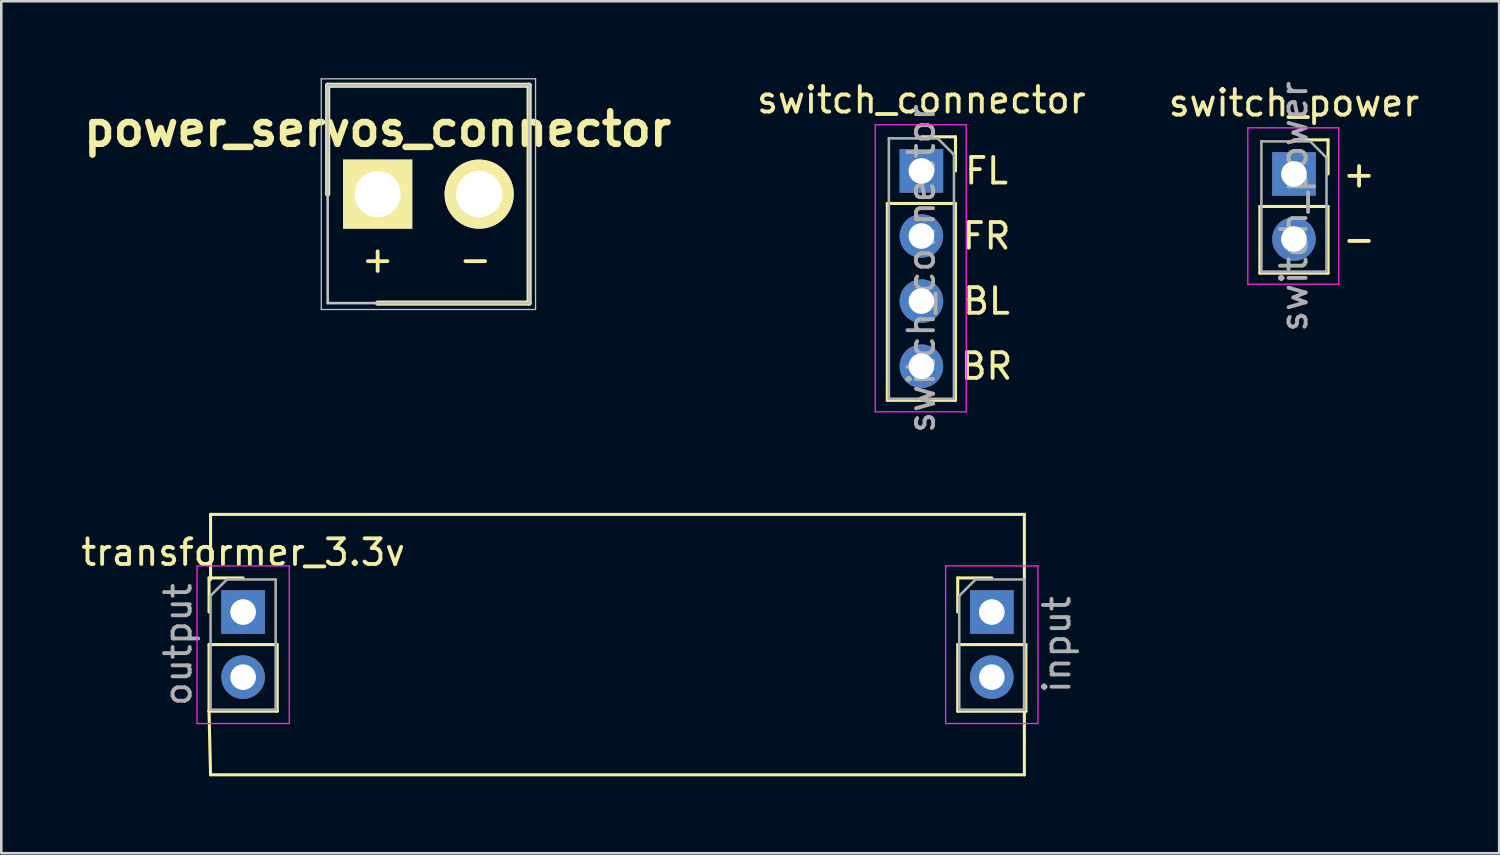
<source format=kicad_pcb>
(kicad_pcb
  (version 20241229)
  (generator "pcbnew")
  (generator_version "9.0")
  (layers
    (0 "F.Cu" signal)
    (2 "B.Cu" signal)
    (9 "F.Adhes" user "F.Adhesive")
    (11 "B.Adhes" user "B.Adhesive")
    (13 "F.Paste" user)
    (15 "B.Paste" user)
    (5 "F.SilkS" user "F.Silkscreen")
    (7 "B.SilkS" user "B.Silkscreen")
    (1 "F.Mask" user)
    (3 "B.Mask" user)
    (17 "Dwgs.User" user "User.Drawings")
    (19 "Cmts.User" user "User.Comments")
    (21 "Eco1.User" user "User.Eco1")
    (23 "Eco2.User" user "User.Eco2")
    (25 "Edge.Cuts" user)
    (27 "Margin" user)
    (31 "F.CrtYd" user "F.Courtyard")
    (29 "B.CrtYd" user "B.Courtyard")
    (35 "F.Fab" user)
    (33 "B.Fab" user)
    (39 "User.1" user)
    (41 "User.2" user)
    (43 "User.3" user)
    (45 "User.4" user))
  (footprint "switch_connector"
    (layer "F.Cu")
    (at 32.898 3.618)
    (property "Reference" "switch_connector" (at 0 -2.77 0) (layer "F.SilkS") (effects (font (size 1 1) (thickness 0.15))))
    (attr through_hole)
    (fp_line (start -1.33 1.27) (end -1.33 8.95) (stroke (width 0.12) (type solid)) (layer "F.SilkS"))
    (fp_line (start -1.33 1.27) (end 1.33 1.27) (stroke (width 0.12) (type solid)) (layer "F.SilkS"))
    (fp_line (start -1.33 8.95) (end 1.33 8.95) (stroke (width 0.12) (type solid)) (layer "F.SilkS"))
    (fp_line (start 0 -1.33) (end 1.33 -1.33) (stroke (width 0.12) (type solid)) (layer "F.SilkS"))
    (fp_line (start 1.33 -1.33) (end 1.33 0) (stroke (width 0.12) (type solid)) (layer "F.SilkS"))
    (fp_line (start 1.33 1.27) (end 1.33 8.95) (stroke (width 0.12) (type solid)) (layer "F.SilkS"))
    (fp_line (start -1.8 -1.8) (end 1.75 -1.8) (stroke (width 0.05) (type solid)) (layer "F.CrtYd"))
    (fp_line (start -1.8 9.4) (end -1.8 -1.8) (stroke (width 0.05) (type solid)) (layer "F.CrtYd"))
    (fp_line (start 1.75 -1.8) (end 1.75 9.4) (stroke (width 0.05) (type solid)) (layer "F.CrtYd"))
    (fp_line (start 1.75 9.4) (end -1.8 9.4) (stroke (width 0.05) (type solid)) (layer "F.CrtYd"))
    (fp_line (start -1.27 -1.27) (end 0.635 -1.27) (stroke (width 0.1) (type solid)) (layer "F.Fab"))
    (fp_line (start -1.27 8.89) (end -1.27 -1.27) (stroke (width 0.1) (type solid)) (layer "F.Fab"))
    (fp_line (start 0.635 -1.27) (end 1.27 -0.635) (stroke (width 0.1) (type solid)) (layer "F.Fab"))
    (fp_line (start 1.27 -0.635) (end 1.27 8.89) (stroke (width 0.1) (type solid)) (layer "F.Fab"))
    (fp_line (start 1.27 8.89) (end -1.27 8.89) (stroke (width 0.1) (type solid)) (layer "F.Fab"))
    (fp_text user "FR" (at 2.54 2.54 0) (layer "F.SilkS") (effects (font (size 1 1) (thickness 0.15))))
    (fp_text user "BR" (at 2.54 7.62 0) (layer "F.SilkS") (effects (font (size 1 1) (thickness 0.15))))
    (fp_text user "FL" (at 2.54 0 0) (layer "F.SilkS") (effects (font (size 1 1) (thickness 0.15))))
    (fp_text user "BL" (at 2.54 5.08 0) (layer "F.SilkS") (effects (font (size 1 1) (thickness 0.15))))
    (fp_text user "${REFERENCE}" (at 0 3.81 90) (layer "F.Fab") (effects (font (size 1 1) (thickness 0.15))))
    (pad "1" thru_hole rect (at 0 0) (size 1.7 1.7) (drill 1) (layers "*.Cu" "*.Mask"))
    (pad "2" thru_hole oval (at 0 2.54) (size 1.7 1.7) (drill 1) (layers "*.Cu" "*.Mask"))
    (pad "3" thru_hole oval (at 0 5.08) (size 1.7 1.7) (drill 1) (layers "*.Cu" "*.Mask"))
    (pad "4" thru_hole oval (at 0 7.62) (size 1.7 1.7) (drill 1) (layers "*.Cu" "*.Mask")))
  (footprint "power_servos_connector"
    (layer "F.Cu")
    (at 11.684 4.525)
    (property "Reference" "power_servos_connector" (at 0 -2.54 0) (layer "F.SilkS") (effects (font (size 1.27 1.27) (thickness 0.254))))
    (attr through_hole)
    (fp_line (start -1.95 -4.25) (end -1.95 0) (stroke (width 0.2) (type solid)) (layer "F.SilkS"))
    (fp_line (start 0 4.25) (end 5.91 4.25) (stroke (width 0.2) (type solid)) (layer "F.SilkS"))
    (fp_line (start 5.91 -4.25) (end -1.95 -4.25) (stroke (width 0.2) (type solid)) (layer "F.SilkS"))
    (fp_line (start 5.91 4.25) (end 5.91 -4.25) (stroke (width 0.2) (type solid)) (layer "F.SilkS"))
    (fp_line (start -2.2 -4.5) (end 6.16 -4.5) (stroke (width 0.05) (type solid)) (layer "Dwgs.User"))
    (fp_line (start -2.2 4.5) (end -2.2 -4.5) (stroke (width 0.05) (type solid)) (layer "Dwgs.User"))
    (fp_line (start -1.95 -4.25) (end 5.91 -4.25) (stroke (width 0.1) (type solid)) (layer "Dwgs.User"))
    (fp_line (start -1.95 4.25) (end -1.95 -4.25) (stroke (width 0.1) (type solid)) (layer "Dwgs.User"))
    (fp_line (start 5.91 -4.25) (end 5.91 4.25) (stroke (width 0.1) (type solid)) (layer "Dwgs.User"))
    (fp_line (start 5.91 4.25) (end -1.95 4.25) (stroke (width 0.1) (type solid)) (layer "Dwgs.User"))
    (fp_line (start 6.16 -4.5) (end 6.16 4.5) (stroke (width 0.05) (type solid)) (layer "Dwgs.User"))
    (fp_line (start 6.16 4.5) (end -2.2 4.5) (stroke (width 0.05) (type solid)) (layer "Dwgs.User"))
    (fp_text user "-" (at 3.81 2.54 0) (layer "F.SilkS") (effects (font (size 1 1) (thickness 0.15))))
    (fp_text user "+" (at 0 2.54 0) (layer "F.SilkS") (effects (font (size 1 1) (thickness 0.15))))
    (pad "1" thru_hole rect (at 0 0 90) (size 2.7 2.7) (drill 1.8) (layers "*.Cu" "*.Mask" "F.SilkS"))
    (pad "2" thru_hole circle (at 3.96 0 90) (size 2.7 2.7) (drill 1.8) (layers "*.Cu" "*.Mask" "F.SilkS")))
  (footprint "transformer_3.3v"
    (layer "F.Cu")
    (at 6.435 20.828)
    (property "Reference" "transformer_3.3v" (at 0 -2.33 0) (layer "F.SilkS") (effects (font (size 1 1) (thickness 0.15))))
    (attr through_hole)
    (fp_line (start -1.33 -1.33) (end 0 -1.33) (stroke (width 0.12) (type solid)) (layer "F.SilkS"))
    (fp_line (start -1.33 0) (end -1.33 -1.33) (stroke (width 0.12) (type solid)) (layer "F.SilkS"))
    (fp_line (start -1.33 1.27) (end -1.33 3.87) (stroke (width 0.12) (type solid)) (layer "F.SilkS"))
    (fp_line (start -1.33 1.27) (end 1.33 1.27) (stroke (width 0.12) (type solid)) (layer "F.SilkS"))
    (fp_line (start -1.33 3.87) (end -1.27 6.35) (stroke (width 0.12) (type solid)) (layer "F.SilkS"))
    (fp_line (start -1.33 3.87) (end 1.33 3.87) (stroke (width 0.12) (type solid)) (layer "F.SilkS"))
    (fp_line (start -1.27 -3.81) (end 30.48 -3.81) (stroke (width 0.12) (type solid)) (layer "F.SilkS"))
    (fp_line (start -1.27 -1.27) (end -1.27 -3.81) (stroke (width 0.12) (type solid)) (layer "F.SilkS"))
    (fp_line (start -1.27 6.35) (end 30.48 6.35) (stroke (width 0.12) (type solid)) (layer "F.SilkS"))
    (fp_line (start 1.33 1.27) (end 1.33 3.87) (stroke (width 0.12) (type solid)) (layer "F.SilkS"))
    (fp_line (start 27.88 -1.33) (end 29.21 -1.33) (stroke (width 0.12) (type solid)) (layer "F.SilkS"))
    (fp_line (start 27.88 0) (end 27.88 -1.33) (stroke (width 0.12) (type solid)) (layer "F.SilkS"))
    (fp_line (start 27.88 1.27) (end 27.88 3.87) (stroke (width 0.12) (type solid)) (layer "F.SilkS"))
    (fp_line (start 27.88 1.27) (end 30.54 1.27) (stroke (width 0.12) (type solid)) (layer "F.SilkS"))
    (fp_line (start 27.88 3.87) (end 30.54 3.87) (stroke (width 0.12) (type solid)) (layer "F.SilkS"))
    (fp_line (start 30.48 -3.81) (end 30.48 5.08) (stroke (width 0.12) (type solid)) (layer "F.SilkS"))
    (fp_line (start 30.48 6.35) (end 30.48 5.08) (stroke (width 0.12) (type solid)) (layer "F.SilkS"))
    (fp_line (start 30.54 1.27) (end 30.54 3.87) (stroke (width 0.12) (type solid)) (layer "F.SilkS"))
    (fp_line (start -1.8 -1.8) (end -1.8 4.35) (stroke (width 0.05) (type solid)) (layer "F.CrtYd"))
    (fp_line (start -1.8 4.35) (end 1.8 4.35) (stroke (width 0.05) (type solid)) (layer "F.CrtYd"))
    (fp_line (start 1.8 -1.8) (end -1.8 -1.8) (stroke (width 0.05) (type solid)) (layer "F.CrtYd"))
    (fp_line (start 1.8 4.35) (end 1.8 -1.8) (stroke (width 0.05) (type solid)) (layer "F.CrtYd"))
    (fp_line (start 27.41 -1.8) (end 27.41 4.35) (stroke (width 0.05) (type solid)) (layer "F.CrtYd"))
    (fp_line (start 27.41 4.35) (end 31.01 4.35) (stroke (width 0.05) (type solid)) (layer "F.CrtYd"))
    (fp_line (start 31.01 -1.8) (end 27.41 -1.8) (stroke (width 0.05) (type solid)) (layer "F.CrtYd"))
    (fp_line (start 31.01 4.35) (end 31.01 -1.8) (stroke (width 0.05) (type solid)) (layer "F.CrtYd"))
    (fp_line (start -1.27 -0.635) (end -0.635 -1.27) (stroke (width 0.1) (type solid)) (layer "F.Fab"))
    (fp_line (start -1.27 3.81) (end -1.27 -0.635) (stroke (width 0.1) (type solid)) (layer "F.Fab"))
    (fp_line (start -0.635 -1.27) (end 1.27 -1.27) (stroke (width 0.1) (type solid)) (layer "F.Fab"))
    (fp_line (start 1.27 -1.27) (end 1.27 3.81) (stroke (width 0.1) (type solid)) (layer "F.Fab"))
    (fp_line (start 1.27 3.81) (end -1.27 3.81) (stroke (width 0.1) (type solid)) (layer "F.Fab"))
    (fp_line (start 27.94 -0.635) (end 28.575 -1.27) (stroke (width 0.1) (type solid)) (layer "F.Fab"))
    (fp_line (start 27.94 3.81) (end 27.94 -0.635) (stroke (width 0.1) (type solid)) (layer "F.Fab"))
    (fp_line (start 28.575 -1.27) (end 30.48 -1.27) (stroke (width 0.1) (type solid)) (layer "F.Fab"))
    (fp_line (start 30.48 -1.27) (end 30.48 3.81) (stroke (width 0.1) (type solid)) (layer "F.Fab"))
    (fp_line (start 30.48 3.81) (end 27.94 3.81) (stroke (width 0.1) (type solid)) (layer "F.Fab"))
    (fp_text user "input" (at 31.75 1.27 90) (layer "F.Fab") (effects (font (size 1 1) (thickness 0.15))))
    (fp_text user "output" (at -2.54 1.27 90) (layer "F.Fab") (effects (font (size 1 1) (thickness 0.15))))
    (pad "1" thru_hole rect (at 0 0) (size 1.7 1.7) (drill 1) (layers "*.Cu" "*.Mask"))
    (pad "2" thru_hole oval (at 0 2.54) (size 1.7 1.7) (drill 1) (layers "*.Cu" "*.Mask"))
    (pad "3" thru_hole rect (at 29.21 0) (size 1.7 1.7) (drill 1) (layers "*.Cu" "*.Mask"))
    (pad "4" thru_hole oval (at 29.21 2.54) (size 1.7 1.7) (drill 1) (layers "*.Cu" "*.Mask")))
  (footprint "switch_power"
    (layer "F.Cu")
    (at 47.433 3.736)
    (property "Reference" "switch_power" (at 0 -2.77 0) (layer "F.SilkS") (effects (font (size 1 1) (thickness 0.15))))
    (attr through_hole)
    (fp_line (start -1.33 1.27) (end -1.33 3.87) (stroke (width 0.12) (type solid)) (layer "F.SilkS"))
    (fp_line (start -1.33 1.27) (end 1.33 1.27) (stroke (width 0.12) (type solid)) (layer "F.SilkS"))
    (fp_line (start -1.33 3.87) (end 1.33 3.87) (stroke (width 0.12) (type solid)) (layer "F.SilkS"))
    (fp_line (start 0 -1.33) (end 1.33 -1.33) (stroke (width 0.12) (type solid)) (layer "F.SilkS"))
    (fp_line (start 1.33 -1.33) (end 1.33 0) (stroke (width 0.12) (type solid)) (layer "F.SilkS"))
    (fp_line (start 1.33 1.27) (end 1.33 3.87) (stroke (width 0.12) (type solid)) (layer "F.SilkS"))
    (fp_line (start -1.8 -1.8) (end 1.75 -1.8) (stroke (width 0.05) (type solid)) (layer "F.CrtYd"))
    (fp_line (start -1.8 4.3) (end -1.8 -1.8) (stroke (width 0.05) (type solid)) (layer "F.CrtYd"))
    (fp_line (start 1.75 -1.8) (end 1.75 4.3) (stroke (width 0.05) (type solid)) (layer "F.CrtYd"))
    (fp_line (start 1.75 4.3) (end -1.8 4.3) (stroke (width 0.05) (type solid)) (layer "F.CrtYd"))
    (fp_line (start -1.27 -1.27) (end 0.635 -1.27) (stroke (width 0.1) (type solid)) (layer "F.Fab"))
    (fp_line (start -1.27 3.81) (end -1.27 -1.27) (stroke (width 0.1) (type solid)) (layer "F.Fab"))
    (fp_line (start 0.635 -1.27) (end 1.27 -0.635) (stroke (width 0.1) (type solid)) (layer "F.Fab"))
    (fp_line (start 1.27 -0.635) (end 1.27 3.81) (stroke (width 0.1) (type solid)) (layer "F.Fab"))
    (fp_line (start 1.27 3.81) (end -1.27 3.81) (stroke (width 0.1) (type solid)) (layer "F.Fab"))
    (fp_text user "-" (at 2.54 2.54 0) (layer "F.SilkS") (effects (font (size 1 1) (thickness 0.15))))
    (fp_text user "+" (at 2.54 0 0) (layer "F.SilkS") (effects (font (size 1 1) (thickness 0.15))))
    (fp_text user "${REFERENCE}" (at 0 1.27 90) (layer "F.Fab") (effects (font (size 1 1) (thickness 0.15))))
    (pad "1" thru_hole rect (at 0 0) (size 1.7 1.7) (drill 1) (layers "*.Cu" "*.Mask"))
    (pad "2" thru_hole oval (at 0 2.54) (size 1.7 1.7) (drill 1) (layers "*.Cu" "*.Mask")))
  (gr_rect
    (start -3 -3)
    (end 55.439 30.238)
    (stroke (width 0.1) (type default))
    (fill no)
    (layer "Edge.Cuts")))
</source>
